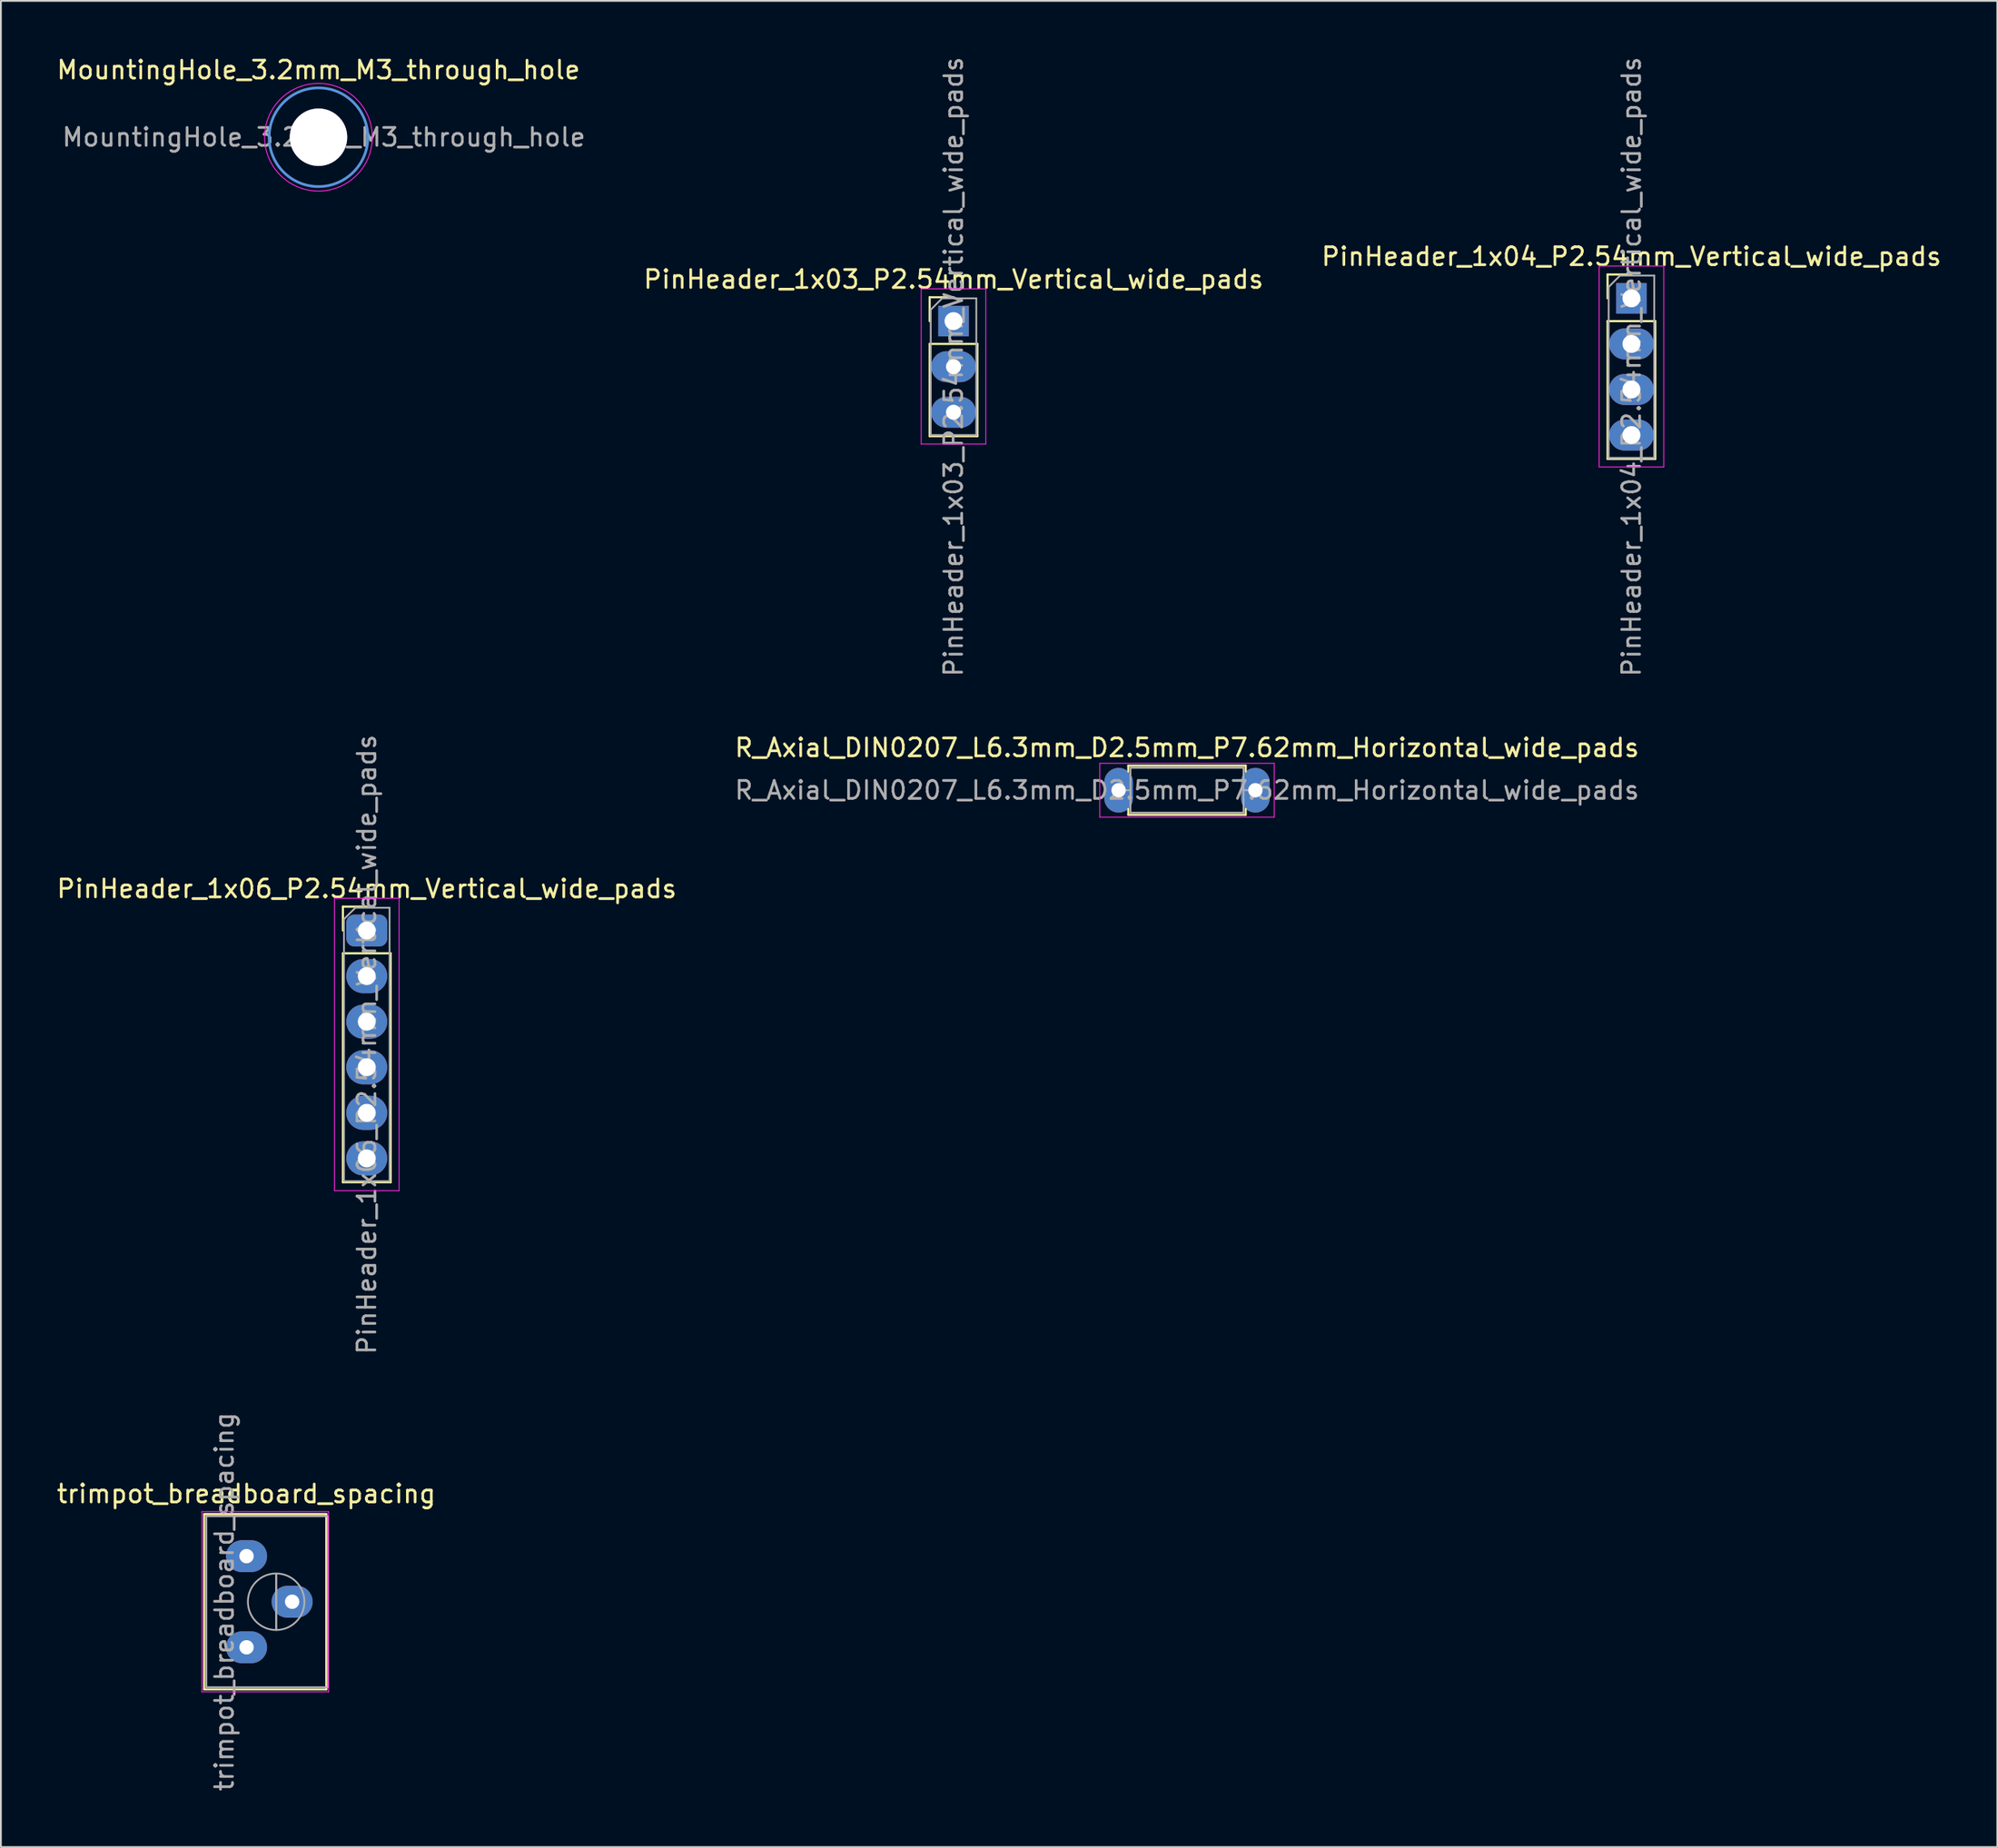
<source format=kicad_pcb>
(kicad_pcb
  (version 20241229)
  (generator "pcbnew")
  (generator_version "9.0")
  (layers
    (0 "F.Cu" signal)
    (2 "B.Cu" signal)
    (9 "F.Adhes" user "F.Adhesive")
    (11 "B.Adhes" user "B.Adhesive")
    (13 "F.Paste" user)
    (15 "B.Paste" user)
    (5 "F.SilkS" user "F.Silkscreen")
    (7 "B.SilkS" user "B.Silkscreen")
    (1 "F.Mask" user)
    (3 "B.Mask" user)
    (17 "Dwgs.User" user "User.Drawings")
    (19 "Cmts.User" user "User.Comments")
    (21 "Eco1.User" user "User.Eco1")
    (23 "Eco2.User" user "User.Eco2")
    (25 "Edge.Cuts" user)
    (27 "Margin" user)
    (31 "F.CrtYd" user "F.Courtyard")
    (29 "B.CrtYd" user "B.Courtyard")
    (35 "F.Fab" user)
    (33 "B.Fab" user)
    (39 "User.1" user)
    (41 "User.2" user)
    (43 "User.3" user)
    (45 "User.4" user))
  (footprint "R_Axial_DIN0207_L6.3mm_D2.5mm_P7.62mm_Horizontal_wide_pads"
    (layer "F.Cu")
    (at 59.279 40.992)
    (property "Reference" "R_Axial_DIN0207_L6.3mm_D2.5mm_P7.62mm_Horizontal_wide_pads" (at 3.81 -2.37 0) (layer "F.SilkS") (effects (font (size 1 1) (thickness 0.15))))
    (attr through_hole)
    (fp_line (start 0.54 -1.37) (end 7.08 -1.37) (stroke (width 0.12) (type solid)) (layer "F.SilkS"))
    (fp_line (start 0.54 -1.04) (end 0.54 -1.37) (stroke (width 0.12) (type solid)) (layer "F.SilkS"))
    (fp_line (start 0.54 1.04) (end 0.54 1.37) (stroke (width 0.12) (type solid)) (layer "F.SilkS"))
    (fp_line (start 0.54 1.37) (end 7.08 1.37) (stroke (width 0.12) (type solid)) (layer "F.SilkS"))
    (fp_line (start 7.08 -1.37) (end 7.08 -1.04) (stroke (width 0.12) (type solid)) (layer "F.SilkS"))
    (fp_line (start 7.08 1.37) (end 7.08 1.04) (stroke (width 0.12) (type solid)) (layer "F.SilkS"))
    (fp_line (start -1.05 -1.5) (end -1.05 1.5) (stroke (width 0.05) (type solid)) (layer "F.CrtYd"))
    (fp_line (start -1.05 1.5) (end 8.67 1.5) (stroke (width 0.05) (type solid)) (layer "F.CrtYd"))
    (fp_line (start 8.67 -1.5) (end -1.05 -1.5) (stroke (width 0.05) (type solid)) (layer "F.CrtYd"))
    (fp_line (start 8.67 1.5) (end 8.67 -1.5) (stroke (width 0.05) (type solid)) (layer "F.CrtYd"))
    (fp_line (start 0 0) (end 0.66 0) (stroke (width 0.1) (type solid)) (layer "F.Fab"))
    (fp_line (start 0.66 -1.25) (end 0.66 1.25) (stroke (width 0.1) (type solid)) (layer "F.Fab"))
    (fp_line (start 0.66 1.25) (end 6.96 1.25) (stroke (width 0.1) (type solid)) (layer "F.Fab"))
    (fp_line (start 6.96 -1.25) (end 0.66 -1.25) (stroke (width 0.1) (type solid)) (layer "F.Fab"))
    (fp_line (start 6.96 1.25) (end 6.96 -1.25) (stroke (width 0.1) (type solid)) (layer "F.Fab"))
    (fp_line (start 7.62 0) (end 6.96 0) (stroke (width 0.1) (type solid)) (layer "F.Fab"))
    (fp_text user "${REFERENCE}" (at 3.81 0 0) (layer "F.Fab") (effects (font (size 1 1) (thickness 0.15))))
    (pad "1" thru_hole oval (at 0 0) (size 1.6 2.489) (drill 0.8) (layers "*.Cu" "*.Mask"))
    (pad "2" thru_hole oval (at 7.62 0) (size 1.6 2.489) (drill 0.8) (layers "*.Cu" "*.Mask")))
  (footprint "trimpot_breadboard_spacing"
    (layer "F.Cu")
    (at 10.688 88.76)
    (property "Reference" "trimpot_breadboard_spacing" (at -0.015 -8.555 0) (layer "F.SilkS") (effects (font (size 1 1) (thickness 0.15))))
    (attr through_hole)
    (fp_line (start -2.36 -7.425) (end -2.36 2.345) (stroke (width 0.12) (type solid)) (layer "F.SilkS"))
    (fp_line (start -2.36 -7.425) (end 4.445 -7.425) (stroke (width 0.12) (type solid)) (layer "F.SilkS"))
    (fp_line (start -2.36 2.345) (end 4.445 2.345) (stroke (width 0.12) (type solid)) (layer "F.SilkS"))
    (fp_line (start 4.445 -7.425) (end 4.445 2.345) (stroke (width 0.12) (type solid)) (layer "F.SilkS"))
    (fp_line (start -2.49 -7.56) (end -2.49 2.48) (stroke (width 0.05) (type solid)) (layer "F.CrtYd"))
    (fp_line (start -2.49 2.48) (end 4.572 2.48) (stroke (width 0.05) (type solid)) (layer "F.CrtYd"))
    (fp_line (start 4.572 -7.56) (end -2.49 -7.56) (stroke (width 0.05) (type solid)) (layer "F.CrtYd"))
    (fp_line (start 4.572 2.48) (end 4.572 -7.56) (stroke (width 0.05) (type solid)) (layer "F.CrtYd"))
    (fp_line (start -2.24 -7.305) (end -2.24 2.225) (stroke (width 0.1) (type solid)) (layer "F.Fab"))
    (fp_line (start -2.24 2.225) (end 4.521 2.225) (stroke (width 0.1) (type solid)) (layer "F.Fab"))
    (fp_line (start 1.649 -0.98) (end 1.65 -4.099) (stroke (width 0.1) (type solid)) (layer "F.Fab"))
    (fp_line (start 1.649 -0.98) (end 1.65 -4.099) (stroke (width 0.1) (type solid)) (layer "F.Fab"))
    (fp_line (start 4.521 -7.305) (end -2.24 -7.305) (stroke (width 0.1) (type solid)) (layer "F.Fab"))
    (fp_line (start 4.521 2.225) (end 4.521 -7.305) (stroke (width 0.1) (type solid)) (layer "F.Fab"))
    (fp_circle (center 1.649 -2.54) (end 3.224 -2.54) (stroke (width 0.1) (type solid)) (fill no) (layer "F.Fab"))
    (fp_text user "${REFERENCE}" (at -1.24 -2.54 90) (layer "F.Fab") (effects (font (size 1 1) (thickness 0.15))))
    (pad "1" thru_hole oval (at 0 0) (size 2.286 1.778) (drill 0.8) (layers "*.Cu" "*.Mask"))
    (pad "2" thru_hole oval (at 2.54 -2.54) (size 2.286 1.778) (drill 0.8) (layers "*.Cu" "*.Mask"))
    (pad "3" thru_hole oval (at 0 -5.08) (size 2.286 1.778) (drill 0.8) (layers "*.Cu" "*.Mask")))
  (footprint "PinHeader_1x04_P2.54mm_Vertical_wide_pads"
    (layer "F.Cu")
    (at 87.854 13.577)
    (property "Reference" "PinHeader_1x04_P2.54mm_Vertical_wide_pads" (at 0 -2.33 0) (layer "F.SilkS") (effects (font (size 1 1) (thickness 0.15))))
    (attr through_hole)
    (fp_line (start -1.33 -1.33) (end 0 -1.33) (stroke (width 0.12) (type solid)) (layer "F.SilkS"))
    (fp_line (start -1.33 0) (end -1.33 -1.33) (stroke (width 0.12) (type solid)) (layer "F.SilkS"))
    (fp_line (start -1.33 1.27) (end -1.33 8.95) (stroke (width 0.12) (type solid)) (layer "F.SilkS"))
    (fp_line (start -1.33 1.27) (end 1.33 1.27) (stroke (width 0.12) (type solid)) (layer "F.SilkS"))
    (fp_line (start -1.33 8.95) (end 1.33 8.95) (stroke (width 0.12) (type solid)) (layer "F.SilkS"))
    (fp_line (start 1.33 1.27) (end 1.33 8.95) (stroke (width 0.12) (type solid)) (layer "F.SilkS"))
    (fp_line (start -1.8 -1.8) (end -1.8 9.4) (stroke (width 0.05) (type solid)) (layer "F.CrtYd"))
    (fp_line (start -1.8 9.4) (end 1.8 9.4) (stroke (width 0.05) (type solid)) (layer "F.CrtYd"))
    (fp_line (start 1.8 -1.8) (end -1.8 -1.8) (stroke (width 0.05) (type solid)) (layer "F.CrtYd"))
    (fp_line (start 1.8 9.4) (end 1.8 -1.8) (stroke (width 0.05) (type solid)) (layer "F.CrtYd"))
    (fp_line (start -1.27 -0.635) (end -0.635 -1.27) (stroke (width 0.1) (type solid)) (layer "F.Fab"))
    (fp_line (start -1.27 8.89) (end -1.27 -0.635) (stroke (width 0.1) (type solid)) (layer "F.Fab"))
    (fp_line (start -0.635 -1.27) (end 1.27 -1.27) (stroke (width 0.1) (type solid)) (layer "F.Fab"))
    (fp_line (start 1.27 -1.27) (end 1.27 8.89) (stroke (width 0.1) (type solid)) (layer "F.Fab"))
    (fp_line (start 1.27 8.89) (end -1.27 8.89) (stroke (width 0.1) (type solid)) (layer "F.Fab"))
    (fp_text user "${REFERENCE}" (at 0 3.81 90) (layer "F.Fab") (effects (font (size 1 1) (thickness 0.15))))
    (pad "1" thru_hole rect (at 0 0) (size 1.7 1.7) (drill 1) (layers "*.Cu" "*.Mask"))
    (pad "2" thru_hole oval (at 0 2.54) (size 2.489 1.727) (drill oval 1) (layers "*.Cu" "*.Mask"))
    (pad "3" thru_hole oval (at 0 5.08) (size 2.489 1.727) (drill oval 1) (layers "*.Cu" "*.Mask"))
    (pad "4" thru_hole oval (at 0 7.62) (size 2.489 1.727) (drill oval 1) (layers "*.Cu" "*.Mask")))
  (footprint "PinHeader_1x03_P2.54mm_Vertical_wide_pads"
    (layer "F.Cu")
    (at 50.08 14.847)
    (property "Reference" "PinHeader_1x03_P2.54mm_Vertical_wide_pads" (at 0 -2.33 0) (layer "F.SilkS") (effects (font (size 1 1) (thickness 0.15))))
    (attr through_hole)
    (fp_line (start -1.33 -1.33) (end 0 -1.33) (stroke (width 0.12) (type solid)) (layer "F.SilkS"))
    (fp_line (start -1.33 0) (end -1.33 -1.33) (stroke (width 0.12) (type solid)) (layer "F.SilkS"))
    (fp_line (start -1.33 1.27) (end -1.33 6.41) (stroke (width 0.12) (type solid)) (layer "F.SilkS"))
    (fp_line (start -1.33 1.27) (end 1.33 1.27) (stroke (width 0.12) (type solid)) (layer "F.SilkS"))
    (fp_line (start -1.33 6.41) (end 1.33 6.41) (stroke (width 0.12) (type solid)) (layer "F.SilkS"))
    (fp_line (start 1.33 1.27) (end 1.33 6.41) (stroke (width 0.12) (type solid)) (layer "F.SilkS"))
    (fp_line (start -1.8 -1.8) (end -1.8 6.85) (stroke (width 0.05) (type solid)) (layer "F.CrtYd"))
    (fp_line (start -1.8 6.85) (end 1.8 6.85) (stroke (width 0.05) (type solid)) (layer "F.CrtYd"))
    (fp_line (start 1.8 -1.8) (end -1.8 -1.8) (stroke (width 0.05) (type solid)) (layer "F.CrtYd"))
    (fp_line (start 1.8 6.85) (end 1.8 -1.8) (stroke (width 0.05) (type solid)) (layer "F.CrtYd"))
    (fp_line (start -1.27 -0.635) (end -0.635 -1.27) (stroke (width 0.1) (type solid)) (layer "F.Fab"))
    (fp_line (start -1.27 6.35) (end -1.27 -0.635) (stroke (width 0.1) (type solid)) (layer "F.Fab"))
    (fp_line (start -0.635 -1.27) (end 1.27 -1.27) (stroke (width 0.1) (type solid)) (layer "F.Fab"))
    (fp_line (start 1.27 -1.27) (end 1.27 6.35) (stroke (width 0.1) (type solid)) (layer "F.Fab"))
    (fp_line (start 1.27 6.35) (end -1.27 6.35) (stroke (width 0.1) (type solid)) (layer "F.Fab"))
    (fp_text user "${REFERENCE}" (at 0 2.54 90) (layer "F.Fab") (effects (font (size 1 1) (thickness 0.15))))
    (pad "1" thru_hole rect (at 0 0) (size 1.7 1.7) (drill 1) (layers "*.Cu" "*.Mask"))
    (pad "2" thru_hole oval (at 0 2.54 90) (size 1.727 2.489) (drill 0.838) (layers "*.Cu" "*.Mask"))
    (pad "3" thru_hole oval (at 0 5.08 90) (size 1.727 2.489) (drill 0.838) (layers "*.Cu" "*.Mask")))
  (footprint "PinHeader_1x06_P2.54mm_Vertical_wide_pads"
    (layer "F.Cu")
    (at 17.387 48.811)
    (property "Reference" "PinHeader_1x06_P2.54mm_Vertical_wide_pads" (at 0 -2.33 180) (layer "F.SilkS") (effects (font (size 1 1) (thickness 0.15))))
    (attr through_hole)
    (fp_line (start -1.33 -1.33) (end 0 -1.33) (stroke (width 0.12) (type solid)) (layer "F.SilkS"))
    (fp_line (start -1.33 0) (end -1.33 -1.33) (stroke (width 0.12) (type solid)) (layer "F.SilkS"))
    (fp_line (start -1.33 1.27) (end -1.33 14.03) (stroke (width 0.12) (type solid)) (layer "F.SilkS"))
    (fp_line (start -1.33 1.27) (end 1.33 1.27) (stroke (width 0.12) (type solid)) (layer "F.SilkS"))
    (fp_line (start -1.33 14.03) (end 1.33 14.03) (stroke (width 0.12) (type solid)) (layer "F.SilkS"))
    (fp_line (start 1.33 1.27) (end 1.33 14.03) (stroke (width 0.12) (type solid)) (layer "F.SilkS"))
    (fp_line (start -1.8 -1.8) (end -1.8 14.5) (stroke (width 0.05) (type solid)) (layer "F.CrtYd"))
    (fp_line (start -1.8 14.5) (end 1.8 14.5) (stroke (width 0.05) (type solid)) (layer "F.CrtYd"))
    (fp_line (start 1.8 -1.8) (end -1.8 -1.8) (stroke (width 0.05) (type solid)) (layer "F.CrtYd"))
    (fp_line (start 1.8 14.5) (end 1.8 -1.8) (stroke (width 0.05) (type solid)) (layer "F.CrtYd"))
    (fp_line (start -1.27 -0.635) (end -0.635 -1.27) (stroke (width 0.1) (type solid)) (layer "F.Fab"))
    (fp_line (start -1.27 13.97) (end -1.27 -0.635) (stroke (width 0.1) (type solid)) (layer "F.Fab"))
    (fp_line (start -0.635 -1.27) (end 1.27 -1.27) (stroke (width 0.1) (type solid)) (layer "F.Fab"))
    (fp_line (start 1.27 -1.27) (end 1.27 13.97) (stroke (width 0.1) (type solid)) (layer "F.Fab"))
    (fp_line (start 1.27 13.97) (end -1.27 13.97) (stroke (width 0.1) (type solid)) (layer "F.Fab"))
    (fp_text user "${REFERENCE}" (at 0 6.35 270) (layer "F.Fab") (effects (font (size 1 1) (thickness 0.15))))
    (pad "1" thru_hole roundrect (at 0 0) (size 2.286 1.778) (drill 1) (layers "*.Cu" "*.Mask") (roundrect_rratio 0.25))
    (pad "2" thru_hole oval (at 0 2.54) (size 2.286 1.905) (drill 1) (layers "*.Cu" "*.Mask"))
    (pad "3" thru_hole oval (at 0 5.08) (size 2.286 1.905) (drill 1) (layers "*.Cu" "*.Mask"))
    (pad "4" thru_hole oval (at 0 7.62) (size 2.286 1.905) (drill 1) (layers "*.Cu" "*.Mask"))
    (pad "5" thru_hole oval (at 0 10.16) (size 2.286 1.905) (drill 1) (layers "*.Cu" "*.Mask"))
    (pad "6" thru_hole oval (at 0 12.7) (size 2.286 1.905) (drill 1) (layers "*.Cu" "*.Mask")))
  (footprint "MountingHole_3.2mm_M3_through_hole"
    (layer "F.Cu")
    (at 14.696 4.598)
    (property "Reference" "MountingHole_3.2mm_M3_through_hole" (at 0 -3.75 0) (layer "F.SilkS") (effects (font (size 1 1) (thickness 0.15))))
    (attr exclude_from_pos_files exclude_from_bom)
    (fp_circle (center 0 0) (end 2.75 0) (stroke (width 0.15) (type solid)) (fill no) (layer "Cmts.User"))
    (fp_circle (center 0 0) (end 3 0) (stroke (width 0.05) (type solid)) (fill no) (layer "F.CrtYd"))
    (fp_text user "${REFERENCE}" (at 0.3 0 0) (layer "F.Fab") (effects (font (size 1 1) (thickness 0.15))))
    (pad "1" thru_hole circle (at 0 0) (size 3.2 3.2) (drill 3.2) (layers "*.Cu" "*.Mask")))
  (gr_rect
    (start -3 -3)
    (end 108.24 99.893)
    (stroke (width 0.1) (type default))
    (fill no)
    (layer "Edge.Cuts")))
</source>
